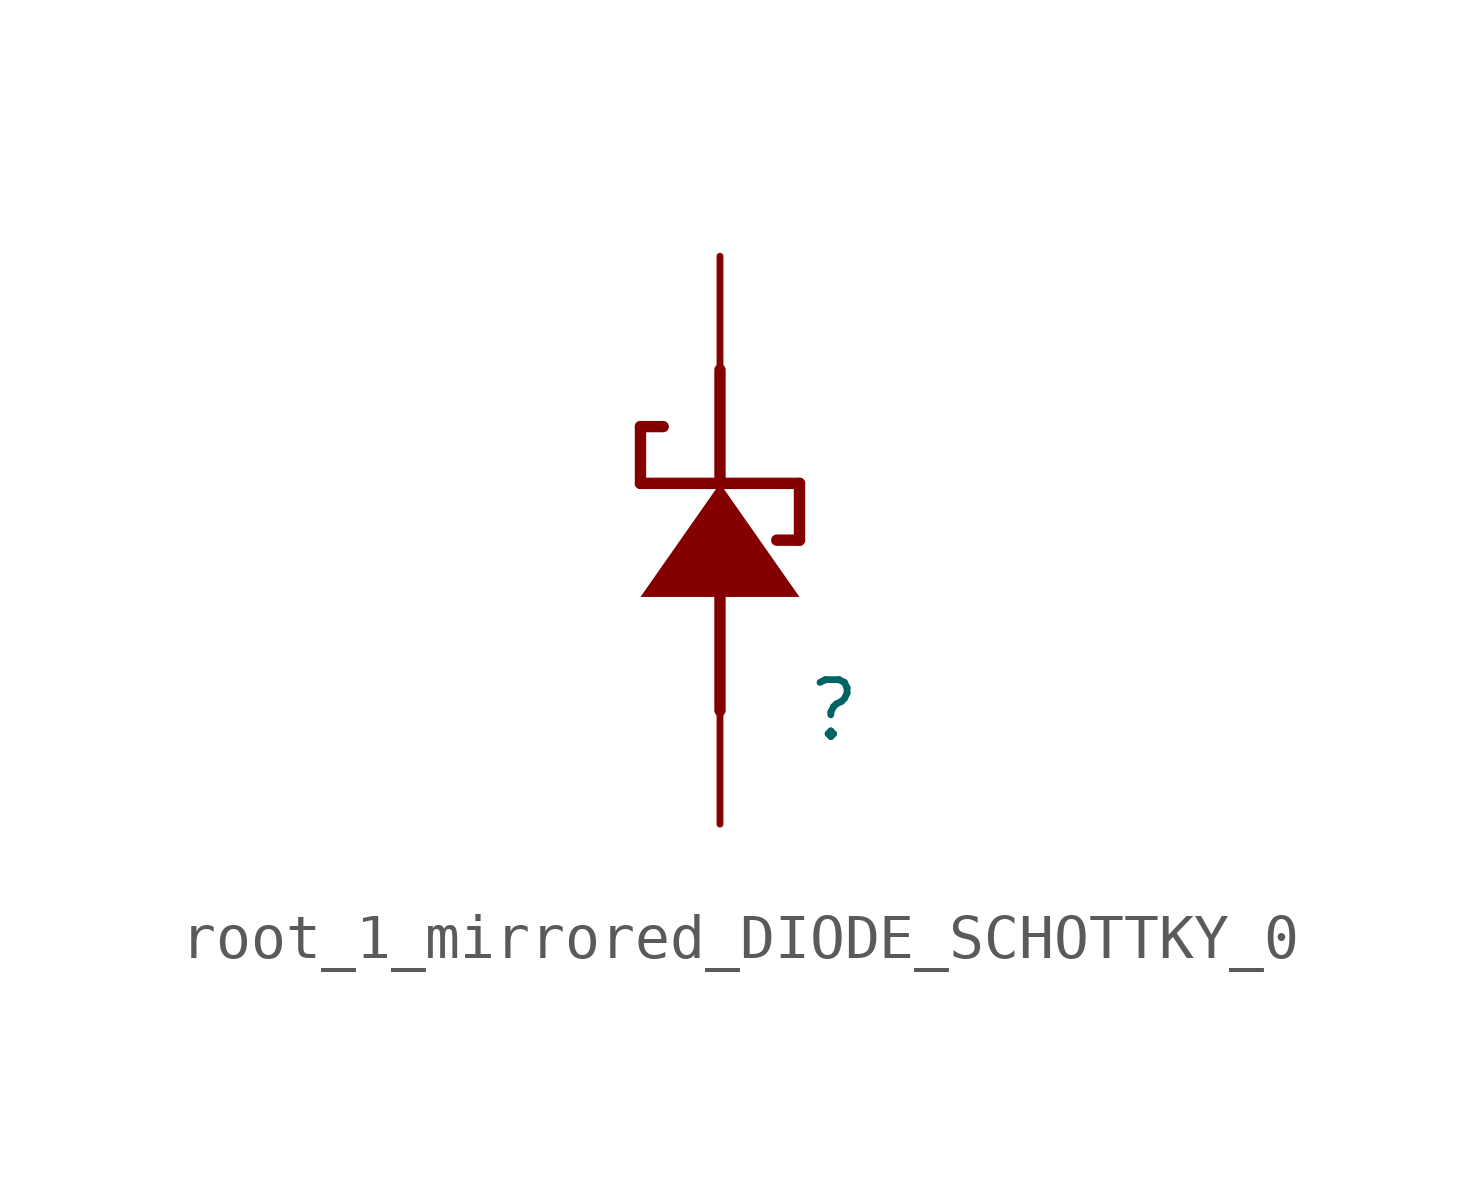
<source format=kicad_sym>
(kicad_symbol_lib
  (version 20231120)
  (generator "kicad_symbol_editor")
  (generator_version "8.0")
  (symbol "root_1_mirrored_DIODE_SCHOTTKY_0"
    (property "Reference" ""
      (at 0 0 0)
      (effects (font (size 1.27 1.27))))
    (property "Value" ""
      (at 0 0 0)
      (effects (font (size 1.27 1.27))))
    (symbol "root_1_mirrored_DIODE_SCHOTTKY_0_1_0"
      (polyline (pts (xy -4.318 5.08) (xy -4.318 6.35)) (stroke (width 0.254) (type solid)) (fill (type none)))
      (polyline (pts (xy -4.318 6.35) (xy -3.81 6.35)) (stroke (width 0.254) (type solid)) (fill (type none)))
      (polyline (pts (xy -2.54 0) (xy -2.54 2.54)) (stroke (width 0.254) (type solid)) (fill (type none)))
      (polyline (pts (xy -2.54 5.08) (xy -2.54 7.62)) (stroke (width 0.254) (type solid)) (fill (type none)))
      (polyline (pts (xy -0.762 3.81) (xy -1.27 3.81)) (stroke (width 0.254) (type solid)) (fill (type none)))
      (polyline (pts (xy -0.762 5.08) (xy -4.318 5.08)) (stroke (width 0.254) (type solid)) (fill (type none)))
      (polyline (pts (xy -0.762 5.08) (xy -0.762 3.81)) (stroke (width 0.254) (type solid)) (fill (type none)))
      (polyline (pts (xy -2.54 5.08) (xy -2.54 5.08) (xy -4.318 2.54) (xy -0.762 2.54) (xy -2.54 5.08) (xy -2.54 5.08)) (stroke (width -0.0001) (type solid)) (fill (type outline)))
      (pin passive line (at -2.54 -2.54 90) (length 2.54) (name "A" (effects (font (size 0 0)))) (number "A" (effects (font (size 0 0)))))
      (pin passive line (at -2.54 10.16 270) (length 2.54) (name "C" (effects (font (size 0 0)))) (number "C" (effects (font (size 0 0))))))))
</source>
